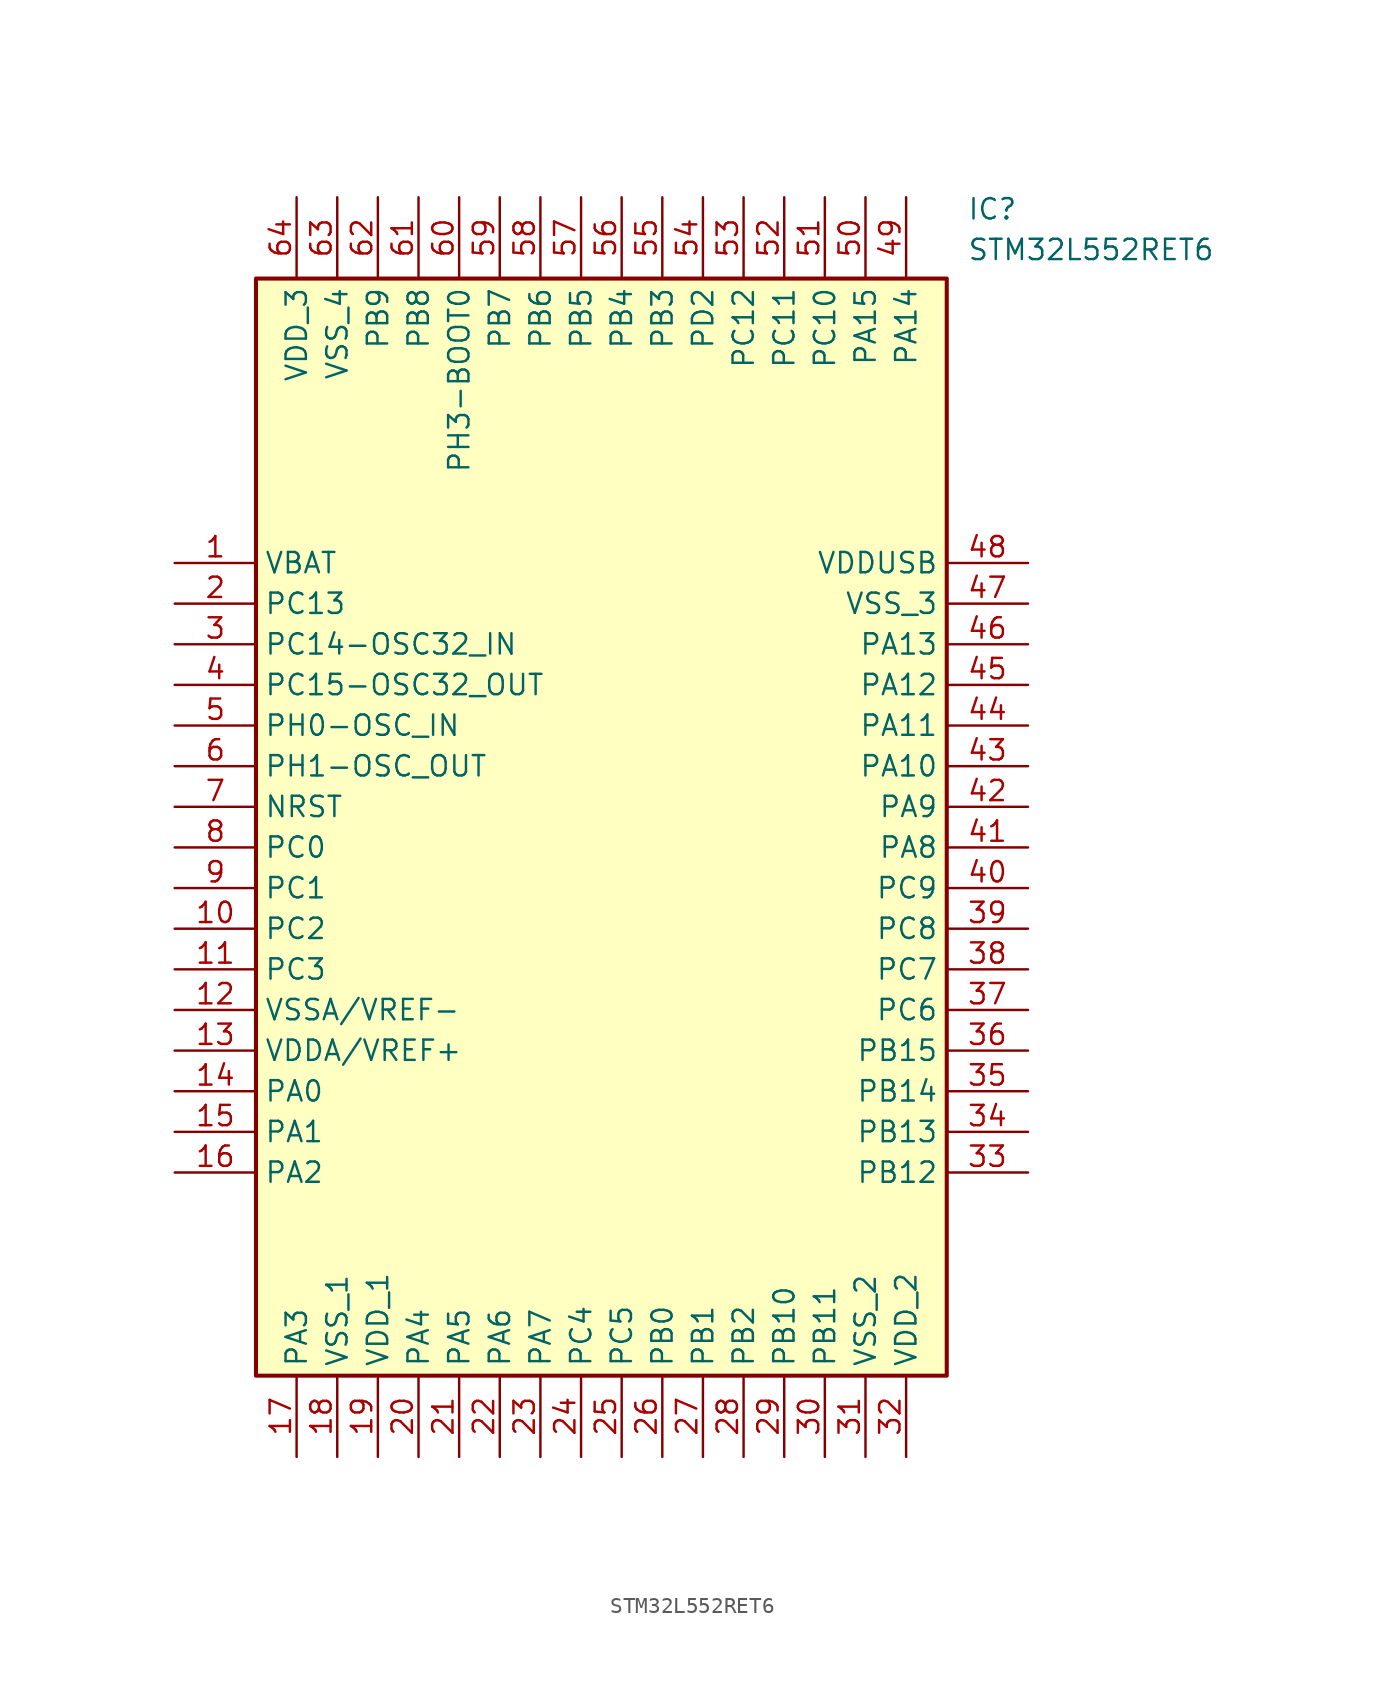
<source format=kicad_sym>
(kicad_symbol_lib
  (version 20211014)
  (generator SamacSys_ECAD_Model)
  (symbol "STM32L552RET6"
    (property "Reference" "IC"
      (at 49.53 22.86 0)
      (effects (font (size 1.27 1.27)) (justify left top)))
    (property "Value" "STM32L552RET6"
      (at 49.53 20.32 0)
      (effects (font (size 1.27 1.27)) (justify left top)))
    (rectangle
      (start 5.08 17.78)
      (end 48.26 -50.8)
      (stroke (width 0.254) (type default))
      (fill (type background)))
    (pin passive line
      (at 0 0 0)
      (length 5.08)
      (name "VBAT" (effects (font (size 1.27 1.27))))
      (number "1" (effects (font (size 1.27 1.27)))))
    (pin passive line
      (at 0 -2.54 0)
      (length 5.08)
      (name "PC13" (effects (font (size 1.27 1.27))))
      (number "2" (effects (font (size 1.27 1.27)))))
    (pin passive line
      (at 0 -5.08 0)
      (length 5.08)
      (name "PC14-OSC32_IN" (effects (font (size 1.27 1.27))))
      (number "3" (effects (font (size 1.27 1.27)))))
    (pin passive line
      (at 0 -7.62 0)
      (length 5.08)
      (name "PC15-OSC32_OUT" (effects (font (size 1.27 1.27))))
      (number "4" (effects (font (size 1.27 1.27)))))
    (pin passive line
      (at 0 -10.16 0)
      (length 5.08)
      (name "PH0-OSC_IN" (effects (font (size 1.27 1.27))))
      (number "5" (effects (font (size 1.27 1.27)))))
    (pin passive line
      (at 0 -12.7 0)
      (length 5.08)
      (name "PH1-OSC_OUT" (effects (font (size 1.27 1.27))))
      (number "6" (effects (font (size 1.27 1.27)))))
    (pin passive line
      (at 0 -15.24 0)
      (length 5.08)
      (name "NRST" (effects (font (size 1.27 1.27))))
      (number "7" (effects (font (size 1.27 1.27)))))
    (pin passive line
      (at 0 -17.78 0)
      (length 5.08)
      (name "PC0" (effects (font (size 1.27 1.27))))
      (number "8" (effects (font (size 1.27 1.27)))))
    (pin passive line
      (at 0 -20.32 0)
      (length 5.08)
      (name "PC1" (effects (font (size 1.27 1.27))))
      (number "9" (effects (font (size 1.27 1.27)))))
    (pin passive line
      (at 0 -22.86 0)
      (length 5.08)
      (name "PC2" (effects (font (size 1.27 1.27))))
      (number "10" (effects (font (size 1.27 1.27)))))
    (pin passive line
      (at 0 -25.4 0)
      (length 5.08)
      (name "PC3" (effects (font (size 1.27 1.27))))
      (number "11" (effects (font (size 1.27 1.27)))))
    (pin passive line
      (at 0 -27.94 0)
      (length 5.08)
      (name "VSSA/VREF-" (effects (font (size 1.27 1.27))))
      (number "12" (effects (font (size 1.27 1.27)))))
    (pin passive line
      (at 0 -30.48 0)
      (length 5.08)
      (name "VDDA/VREF+" (effects (font (size 1.27 1.27))))
      (number "13" (effects (font (size 1.27 1.27)))))
    (pin passive line
      (at 0 -33.02 0)
      (length 5.08)
      (name "PA0" (effects (font (size 1.27 1.27))))
      (number "14" (effects (font (size 1.27 1.27)))))
    (pin passive line
      (at 0 -35.56 0)
      (length 5.08)
      (name "PA1" (effects (font (size 1.27 1.27))))
      (number "15" (effects (font (size 1.27 1.27)))))
    (pin passive line
      (at 0 -38.1 0)
      (length 5.08)
      (name "PA2" (effects (font (size 1.27 1.27))))
      (number "16" (effects (font (size 1.27 1.27)))))
    (pin passive line
      (at 7.62 -55.88 90)
      (length 5.08)
      (name "PA3" (effects (font (size 1.27 1.27))))
      (number "17" (effects (font (size 1.27 1.27)))))
    (pin passive line
      (at 10.16 -55.88 90)
      (length 5.08)
      (name "VSS_1" (effects (font (size 1.27 1.27))))
      (number "18" (effects (font (size 1.27 1.27)))))
    (pin passive line
      (at 12.7 -55.88 90)
      (length 5.08)
      (name "VDD_1" (effects (font (size 1.27 1.27))))
      (number "19" (effects (font (size 1.27 1.27)))))
    (pin passive line
      (at 15.24 -55.88 90)
      (length 5.08)
      (name "PA4" (effects (font (size 1.27 1.27))))
      (number "20" (effects (font (size 1.27 1.27)))))
    (pin passive line
      (at 17.78 -55.88 90)
      (length 5.08)
      (name "PA5" (effects (font (size 1.27 1.27))))
      (number "21" (effects (font (size 1.27 1.27)))))
    (pin passive line
      (at 20.32 -55.88 90)
      (length 5.08)
      (name "PA6" (effects (font (size 1.27 1.27))))
      (number "22" (effects (font (size 1.27 1.27)))))
    (pin passive line
      (at 22.86 -55.88 90)
      (length 5.08)
      (name "PA7" (effects (font (size 1.27 1.27))))
      (number "23" (effects (font (size 1.27 1.27)))))
    (pin passive line
      (at 25.4 -55.88 90)
      (length 5.08)
      (name "PC4" (effects (font (size 1.27 1.27))))
      (number "24" (effects (font (size 1.27 1.27)))))
    (pin passive line
      (at 27.94 -55.88 90)
      (length 5.08)
      (name "PC5" (effects (font (size 1.27 1.27))))
      (number "25" (effects (font (size 1.27 1.27)))))
    (pin passive line
      (at 30.48 -55.88 90)
      (length 5.08)
      (name "PB0" (effects (font (size 1.27 1.27))))
      (number "26" (effects (font (size 1.27 1.27)))))
    (pin passive line
      (at 33.02 -55.88 90)
      (length 5.08)
      (name "PB1" (effects (font (size 1.27 1.27))))
      (number "27" (effects (font (size 1.27 1.27)))))
    (pin passive line
      (at 35.56 -55.88 90)
      (length 5.08)
      (name "PB2" (effects (font (size 1.27 1.27))))
      (number "28" (effects (font (size 1.27 1.27)))))
    (pin passive line
      (at 38.1 -55.88 90)
      (length 5.08)
      (name "PB10" (effects (font (size 1.27 1.27))))
      (number "29" (effects (font (size 1.27 1.27)))))
    (pin passive line
      (at 40.64 -55.88 90)
      (length 5.08)
      (name "PB11" (effects (font (size 1.27 1.27))))
      (number "30" (effects (font (size 1.27 1.27)))))
    (pin passive line
      (at 43.18 -55.88 90)
      (length 5.08)
      (name "VSS_2" (effects (font (size 1.27 1.27))))
      (number "31" (effects (font (size 1.27 1.27)))))
    (pin passive line
      (at 45.72 -55.88 90)
      (length 5.08)
      (name "VDD_2" (effects (font (size 1.27 1.27))))
      (number "32" (effects (font (size 1.27 1.27)))))
    (pin passive line
      (at 53.34 0 180)
      (length 5.08)
      (name "VDDUSB" (effects (font (size 1.27 1.27))))
      (number "48" (effects (font (size 1.27 1.27)))))
    (pin passive line
      (at 53.34 -2.54 180)
      (length 5.08)
      (name "VSS_3" (effects (font (size 1.27 1.27))))
      (number "47" (effects (font (size 1.27 1.27)))))
    (pin passive line
      (at 53.34 -5.08 180)
      (length 5.08)
      (name "PA13" (effects (font (size 1.27 1.27))))
      (number "46" (effects (font (size 1.27 1.27)))))
    (pin passive line
      (at 53.34 -7.62 180)
      (length 5.08)
      (name "PA12" (effects (font (size 1.27 1.27))))
      (number "45" (effects (font (size 1.27 1.27)))))
    (pin passive line
      (at 53.34 -10.16 180)
      (length 5.08)
      (name "PA11" (effects (font (size 1.27 1.27))))
      (number "44" (effects (font (size 1.27 1.27)))))
    (pin passive line
      (at 53.34 -12.7 180)
      (length 5.08)
      (name "PA10" (effects (font (size 1.27 1.27))))
      (number "43" (effects (font (size 1.27 1.27)))))
    (pin passive line
      (at 53.34 -15.24 180)
      (length 5.08)
      (name "PA9" (effects (font (size 1.27 1.27))))
      (number "42" (effects (font (size 1.27 1.27)))))
    (pin passive line
      (at 53.34 -17.78 180)
      (length 5.08)
      (name "PA8" (effects (font (size 1.27 1.27))))
      (number "41" (effects (font (size 1.27 1.27)))))
    (pin passive line
      (at 53.34 -20.32 180)
      (length 5.08)
      (name "PC9" (effects (font (size 1.27 1.27))))
      (number "40" (effects (font (size 1.27 1.27)))))
    (pin passive line
      (at 53.34 -22.86 180)
      (length 5.08)
      (name "PC8" (effects (font (size 1.27 1.27))))
      (number "39" (effects (font (size 1.27 1.27)))))
    (pin passive line
      (at 53.34 -25.4 180)
      (length 5.08)
      (name "PC7" (effects (font (size 1.27 1.27))))
      (number "38" (effects (font (size 1.27 1.27)))))
    (pin passive line
      (at 53.34 -27.94 180)
      (length 5.08)
      (name "PC6" (effects (font (size 1.27 1.27))))
      (number "37" (effects (font (size 1.27 1.27)))))
    (pin passive line
      (at 53.34 -30.48 180)
      (length 5.08)
      (name "PB15" (effects (font (size 1.27 1.27))))
      (number "36" (effects (font (size 1.27 1.27)))))
    (pin passive line
      (at 53.34 -33.02 180)
      (length 5.08)
      (name "PB14" (effects (font (size 1.27 1.27))))
      (number "35" (effects (font (size 1.27 1.27)))))
    (pin passive line
      (at 53.34 -35.56 180)
      (length 5.08)
      (name "PB13" (effects (font (size 1.27 1.27))))
      (number "34" (effects (font (size 1.27 1.27)))))
    (pin passive line
      (at 53.34 -38.1 180)
      (length 5.08)
      (name "PB12" (effects (font (size 1.27 1.27))))
      (number "33" (effects (font (size 1.27 1.27)))))
    (pin passive line
      (at 7.62 22.86 270)
      (length 5.08)
      (name "VDD_3" (effects (font (size 1.27 1.27))))
      (number "64" (effects (font (size 1.27 1.27)))))
    (pin passive line
      (at 10.16 22.86 270)
      (length 5.08)
      (name "VSS_4" (effects (font (size 1.27 1.27))))
      (number "63" (effects (font (size 1.27 1.27)))))
    (pin passive line
      (at 12.7 22.86 270)
      (length 5.08)
      (name "PB9" (effects (font (size 1.27 1.27))))
      (number "62" (effects (font (size 1.27 1.27)))))
    (pin passive line
      (at 15.24 22.86 270)
      (length 5.08)
      (name "PB8" (effects (font (size 1.27 1.27))))
      (number "61" (effects (font (size 1.27 1.27)))))
    (pin passive line
      (at 17.78 22.86 270)
      (length 5.08)
      (name "PH3-BOOT0" (effects (font (size 1.27 1.27))))
      (number "60" (effects (font (size 1.27 1.27)))))
    (pin passive line
      (at 20.32 22.86 270)
      (length 5.08)
      (name "PB7" (effects (font (size 1.27 1.27))))
      (number "59" (effects (font (size 1.27 1.27)))))
    (pin passive line
      (at 22.86 22.86 270)
      (length 5.08)
      (name "PB6" (effects (font (size 1.27 1.27))))
      (number "58" (effects (font (size 1.27 1.27)))))
    (pin passive line
      (at 25.4 22.86 270)
      (length 5.08)
      (name "PB5" (effects (font (size 1.27 1.27))))
      (number "57" (effects (font (size 1.27 1.27)))))
    (pin passive line
      (at 27.94 22.86 270)
      (length 5.08)
      (name "PB4" (effects (font (size 1.27 1.27))))
      (number "56" (effects (font (size 1.27 1.27)))))
    (pin passive line
      (at 30.48 22.86 270)
      (length 5.08)
      (name "PB3" (effects (font (size 1.27 1.27))))
      (number "55" (effects (font (size 1.27 1.27)))))
    (pin passive line
      (at 33.02 22.86 270)
      (length 5.08)
      (name "PD2" (effects (font (size 1.27 1.27))))
      (number "54" (effects (font (size 1.27 1.27)))))
    (pin passive line
      (at 35.56 22.86 270)
      (length 5.08)
      (name "PC12" (effects (font (size 1.27 1.27))))
      (number "53" (effects (font (size 1.27 1.27)))))
    (pin passive line
      (at 38.1 22.86 270)
      (length 5.08)
      (name "PC11" (effects (font (size 1.27 1.27))))
      (number "52" (effects (font (size 1.27 1.27)))))
    (pin passive line
      (at 40.64 22.86 270)
      (length 5.08)
      (name "PC10" (effects (font (size 1.27 1.27))))
      (number "51" (effects (font (size 1.27 1.27)))))
    (pin passive line
      (at 43.18 22.86 270)
      (length 5.08)
      (name "PA15" (effects (font (size 1.27 1.27))))
      (number "50" (effects (font (size 1.27 1.27)))))
    (pin passive line
      (at 45.72 22.86 270)
      (length 5.08)
      (name "PA14" (effects (font (size 1.27 1.27))))
      (number "49" (effects (font (size 1.27 1.27)))))))
</source>
